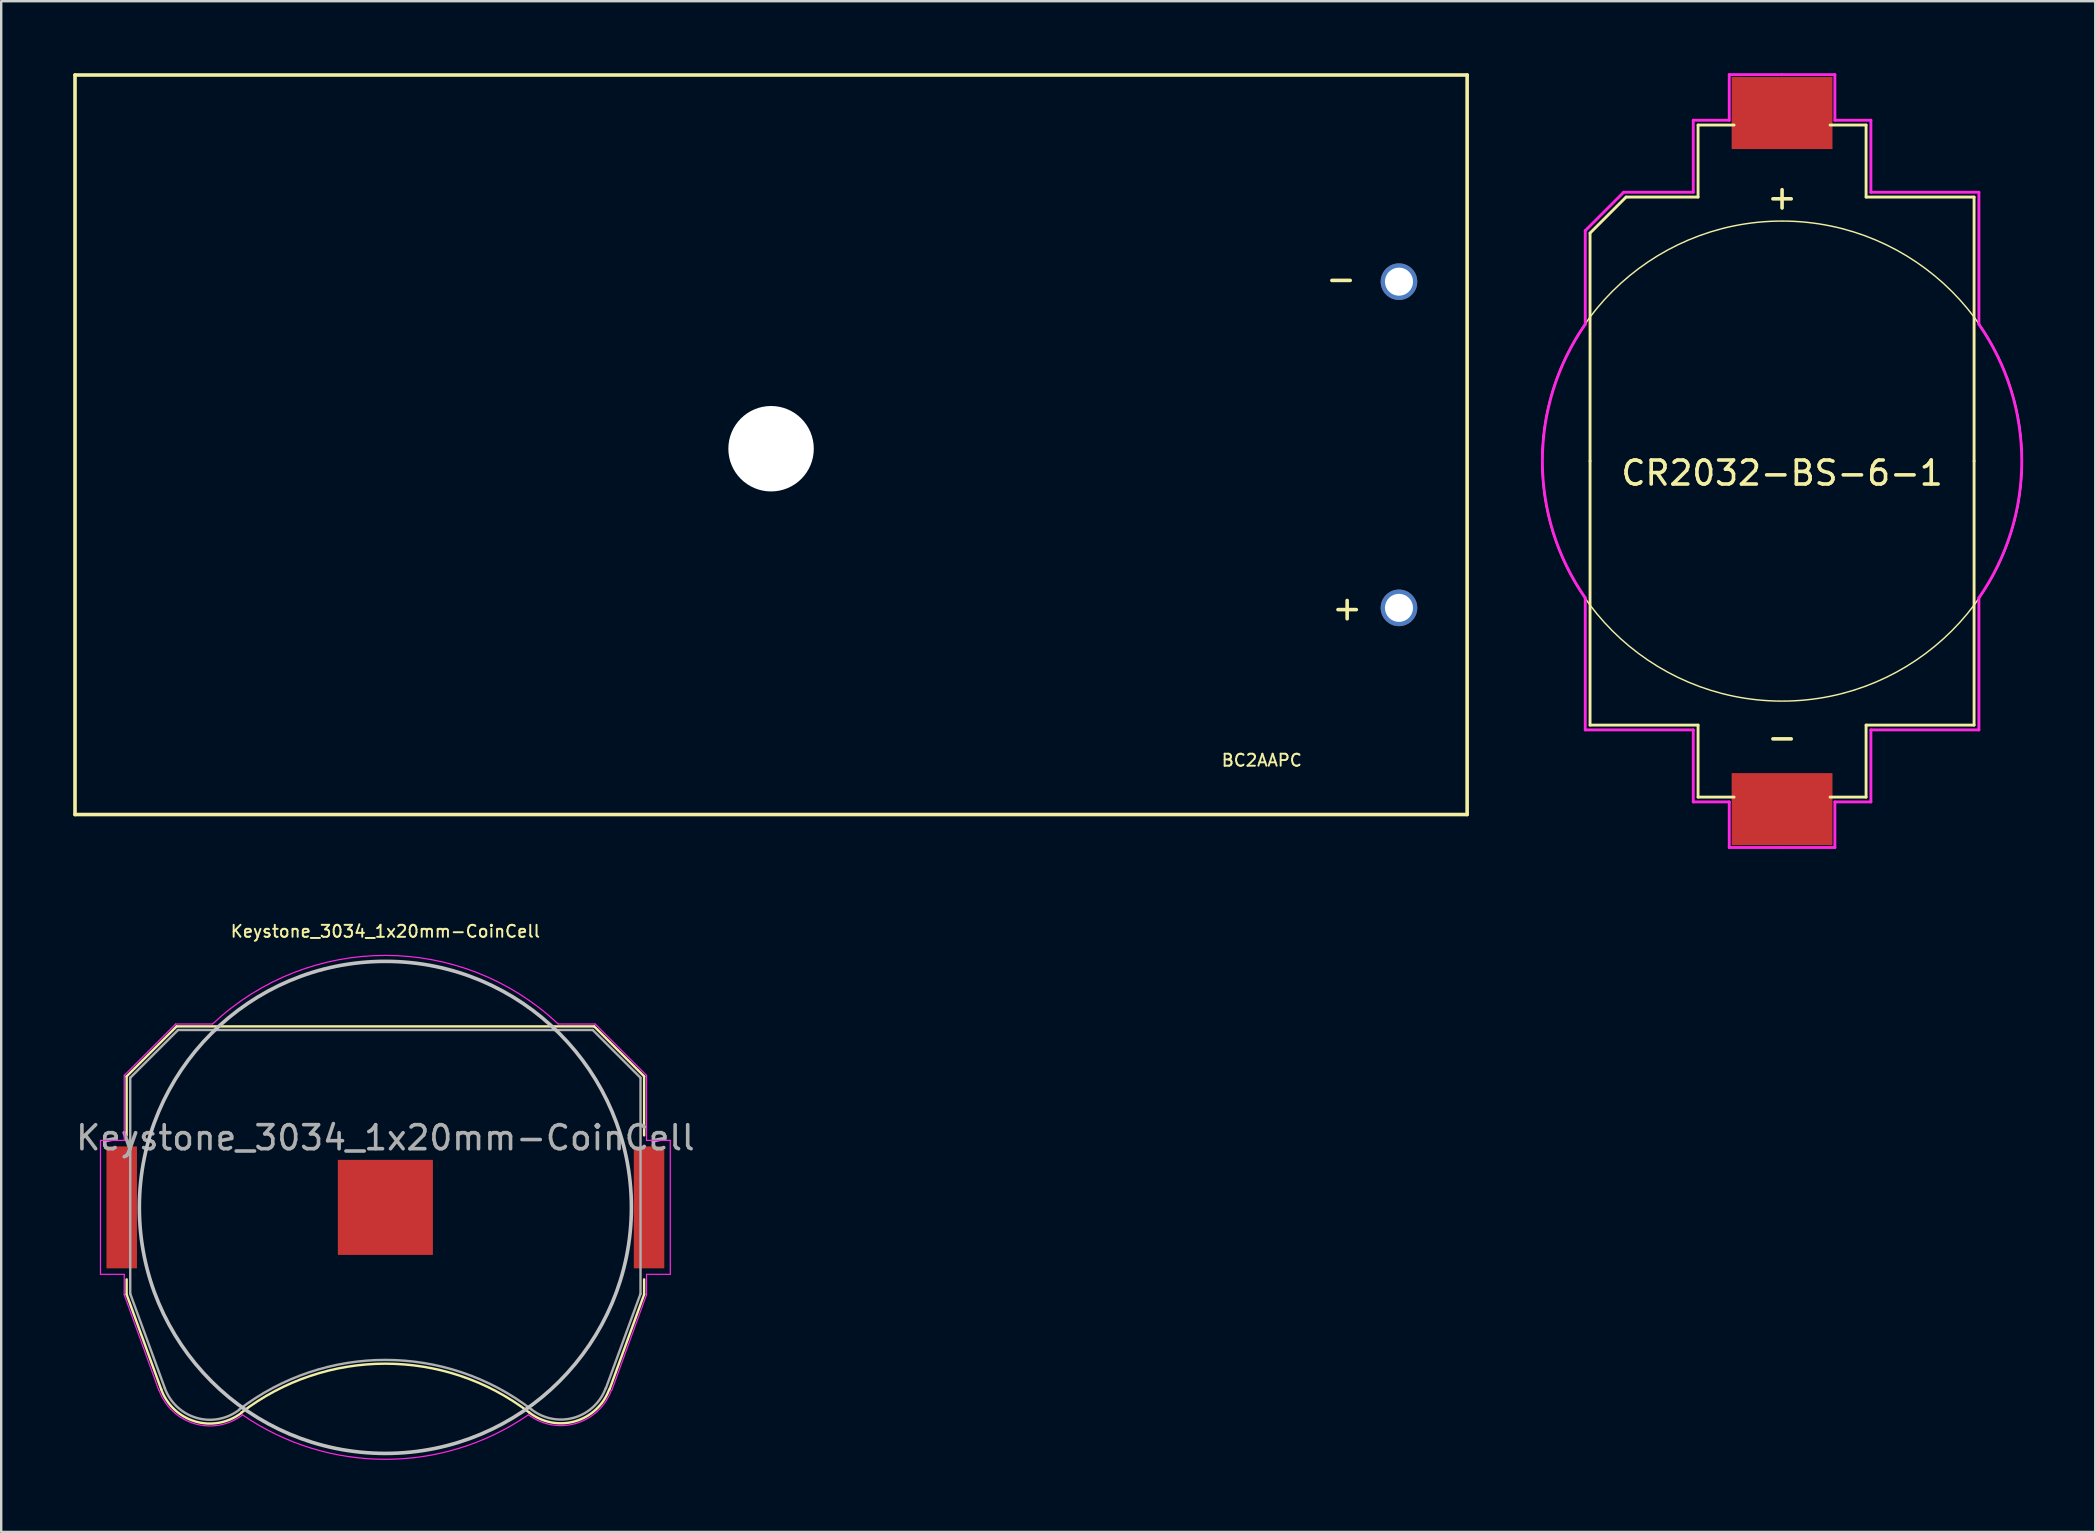
<source format=kicad_pcb>
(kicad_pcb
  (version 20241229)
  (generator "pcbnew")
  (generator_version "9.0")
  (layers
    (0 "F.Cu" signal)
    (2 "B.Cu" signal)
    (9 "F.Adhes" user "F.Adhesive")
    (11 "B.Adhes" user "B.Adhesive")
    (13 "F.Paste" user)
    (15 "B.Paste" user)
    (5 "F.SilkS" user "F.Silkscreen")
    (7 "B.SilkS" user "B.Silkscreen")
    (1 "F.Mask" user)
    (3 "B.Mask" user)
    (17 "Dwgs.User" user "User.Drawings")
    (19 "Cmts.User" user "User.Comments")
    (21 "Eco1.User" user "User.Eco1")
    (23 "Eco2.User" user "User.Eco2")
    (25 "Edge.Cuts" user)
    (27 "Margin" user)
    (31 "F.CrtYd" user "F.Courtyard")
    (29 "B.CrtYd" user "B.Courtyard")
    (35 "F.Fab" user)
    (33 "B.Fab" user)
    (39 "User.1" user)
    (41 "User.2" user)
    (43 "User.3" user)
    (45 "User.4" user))
  (footprint "CR2032-BS-6-1"
    (layer "F.Cu")
    (at 71.196 16.16)
    (property "Reference" "CR2032-BS-6-1" (at 0 0.5 0) (layer "F.SilkS") (effects (font (size 1 1) (thickness 0.15))))
    (attr through_hole)
    (fp_line (start -8 -9.5) (end -8 0) (stroke (width 0.12) (type solid)) (layer "F.SilkS"))
    (fp_line (start -8 -9.5) (end -6.5 -11) (stroke (width 0.12) (type solid)) (layer "F.SilkS"))
    (fp_line (start -8 11) (end -8 0) (stroke (width 0.12) (type solid)) (layer "F.SilkS"))
    (fp_line (start -6.5 -11) (end -3.5 -11) (stroke (width 0.12) (type solid)) (layer "F.SilkS"))
    (fp_line (start -3.5 -14) (end -3.5 -11) (stroke (width 0.12) (type solid)) (layer "F.SilkS"))
    (fp_line (start -3.5 -14) (end -2 -14) (stroke (width 0.12) (type solid)) (layer "F.SilkS"))
    (fp_line (start -3.5 11) (end -8 11) (stroke (width 0.12) (type solid)) (layer "F.SilkS"))
    (fp_line (start -3.5 14) (end -3.5 11) (stroke (width 0.12) (type solid)) (layer "F.SilkS"))
    (fp_line (start -2 14) (end -3.5 14) (stroke (width 0.12) (type solid)) (layer "F.SilkS"))
    (fp_line (start 2 -14) (end 3.5 -14) (stroke (width 0.12) (type solid)) (layer "F.SilkS"))
    (fp_line (start 3.5 -14) (end 3.5 -11) (stroke (width 0.12) (type solid)) (layer "F.SilkS"))
    (fp_line (start 3.5 -11) (end 8 -11) (stroke (width 0.12) (type solid)) (layer "F.SilkS"))
    (fp_line (start 3.5 14) (end 2 14) (stroke (width 0.12) (type solid)) (layer "F.SilkS"))
    (fp_line (start 3.5 14) (end 3.5 11) (stroke (width 0.12) (type solid)) (layer "F.SilkS"))
    (fp_line (start 8 -11) (end 8 0) (stroke (width 0.12) (type solid)) (layer "F.SilkS"))
    (fp_line (start 8 11) (end 3.5 11) (stroke (width 0.12) (type solid)) (layer "F.SilkS"))
    (fp_line (start 8 11) (end 8 0) (stroke (width 0.12) (type solid)) (layer "F.SilkS"))
    (fp_circle (center 0 0) (end 10 0) (stroke (width 0.06) (type solid)) (fill no) (layer "F.SilkS"))
    (fp_line (start -8.2 -9.6) (end -6.6 -11.2) (stroke (width 0.12) (type solid)) (layer "F.CrtYd"))
    (fp_line (start -8.2 11.2) (end -8.2 5.7) (stroke (width 0.12) (type solid)) (layer "F.CrtYd"))
    (fp_line (start -8.2 11.2) (end -3.7 11.2) (stroke (width 0.12) (type solid)) (layer "F.CrtYd"))
    (fp_line (start -8.2 -5.7) (end -8.2 -9.6) (stroke (width 0.12) (type solid)) (layer "F.CrtYd"))
    (fp_line (start -6.6 -11.2) (end -3.7 -11.2) (stroke (width 0.12) (type solid)) (layer "F.CrtYd"))
    (fp_line (start -3.7 -14.2) (end -2.2 -14.2) (stroke (width 0.12) (type solid)) (layer "F.CrtYd"))
    (fp_line (start -3.7 -11.2) (end -3.7 -14.2) (stroke (width 0.12) (type solid)) (layer "F.CrtYd"))
    (fp_line (start -3.7 11.2) (end -3.7 14.2) (stroke (width 0.12) (type solid)) (layer "F.CrtYd"))
    (fp_line (start -2.2 -16.1) (end 0 -16.1) (stroke (width 0.12) (type solid)) (layer "F.CrtYd"))
    (fp_line (start -2.2 -14.2) (end -2.2 -16.1) (stroke (width 0.12) (type solid)) (layer "F.CrtYd"))
    (fp_line (start -2.2 14.2) (end -3.7 14.2) (stroke (width 0.12) (type solid)) (layer "F.CrtYd"))
    (fp_line (start -2.2 16.1) (end -2.2 14.2) (stroke (width 0.12) (type solid)) (layer "F.CrtYd"))
    (fp_line (start -2.2 16.1) (end 0 16.1) (stroke (width 0.12) (type solid)) (layer "F.CrtYd"))
    (fp_line (start 2.2 -16.1) (end 0 -16.1) (stroke (width 0.12) (type solid)) (layer "F.CrtYd"))
    (fp_line (start 2.2 -14.2) (end 2.2 -16.1) (stroke (width 0.12) (type solid)) (layer "F.CrtYd"))
    (fp_line (start 2.2 14.2) (end 2.2 16.1) (stroke (width 0.12) (type solid)) (layer "F.CrtYd"))
    (fp_line (start 2.2 16.1) (end 0 16.1) (stroke (width 0.12) (type solid)) (layer "F.CrtYd"))
    (fp_line (start 3.7 -14.2) (end 2.2 -14.2) (stroke (width 0.12) (type solid)) (layer "F.CrtYd"))
    (fp_line (start 3.7 -11.2) (end 3.7 -14.2) (stroke (width 0.12) (type solid)) (layer "F.CrtYd"))
    (fp_line (start 3.7 11.2) (end 3.7 14.2) (stroke (width 0.12) (type solid)) (layer "F.CrtYd"))
    (fp_line (start 3.7 14.2) (end 2.2 14.2) (stroke (width 0.12) (type solid)) (layer "F.CrtYd"))
    (fp_line (start 8.2 -11.2) (end 3.7 -11.2) (stroke (width 0.12) (type solid)) (layer "F.CrtYd"))
    (fp_line (start 8.2 -11.2) (end 8.2 -5.7) (stroke (width 0.12) (type solid)) (layer "F.CrtYd"))
    (fp_line (start 8.2 5.7) (end 8.2 11.2) (stroke (width 0.12) (type solid)) (layer "F.CrtYd"))
    (fp_line (start 8.2 11.2) (end 3.7 11.2) (stroke (width 0.12) (type solid)) (layer "F.CrtYd"))
    (fp_arc (start -8.199999 5.699999) (mid -9.986489 0) (end -8.199999 -5.699999) (stroke (width 0.12) (type solid)) (layer "F.CrtYd"))
    (fp_arc (start 8.199999 -5.699999) (mid 9.986489 0) (end 8.199999 5.699999) (stroke (width 0.12) (type solid)) (layer "F.CrtYd"))
    (fp_text user "+" (at 0 -11 0) (layer "F.SilkS") (effects (font (size 1 1) (thickness 0.15))))
    (fp_text user "-" (at 0 11.5 0) (layer "F.SilkS") (effects (font (size 1 1) (thickness 0.15))))
    (pad "1" smd rect (at 0 -14.5) (size 4.2 3) (layers "F.Cu" "F.Mask" "F.Paste"))
    (pad "2" smd rect (at 0 14.5) (size 4.2 3) (layers "F.Cu" "F.Mask" "F.Paste")))
  (footprint "BC2AAPC"
    (layer "F.Cu")
    (at 55.235 22.275)
    (property "Reference" "BC2AAPC" (at -5.715 6.35 0) (layer "F.SilkS") (effects (font (size 0.5 0.5) (thickness 0.08))))
    (attr through_hole)
    (fp_line (start -55.16 -22.2) (end -55.16 8.61) (stroke (width 0.15) (type solid)) (layer "F.SilkS"))
    (fp_line (start 2.84 -22.2) (end -55.16 -22.2) (stroke (width 0.15) (type solid)) (layer "F.SilkS"))
    (fp_line (start 2.84 -22.2) (end 2.84 8.61) (stroke (width 0.15) (type solid)) (layer "F.SilkS"))
    (fp_line (start 2.84 8.61) (end -55.16 8.61) (stroke (width 0.15) (type solid)) (layer "F.SilkS"))
    (fp_text user "+" (at -2.159 0 0) (layer "F.SilkS") (effects (font (size 1 1) (thickness 0.15))))
    (fp_text user "-" (at -2.413 -13.716 0) (layer "F.SilkS") (effects (font (size 1 1) (thickness 0.15))))
    (pad "" np_thru_hole circle (at -26.16 -6.63) (size 3.56 3.56) (drill 3.56) (layers "*.Cu" "*.Mask"))
    (pad "1" thru_hole circle (at 0 0) (size 1.524 1.524) (drill 1.17) (layers "*.Cu" "*.Mask"))
    (pad "2" thru_hole circle (at 0 -13.59) (size 1.524 1.524) (drill 1.17) (layers "*.Cu" "*.Mask")))
  (footprint "Keystone_3034_1x20mm-CoinCell"
    (layer "F.Cu")
    (at 13.006 47.253)
    (property "Reference" "Keystone_3034_1x20mm-CoinCell" (at 0 -11.5 0) (layer "F.SilkS") (effects (font (size 0.5 0.5) (thickness 0.08))))
    (attr smd)
    (fp_line (start -10.78 -5.46) (end -10.78 -3) (stroke (width 0.1) (type solid)) (layer "F.SilkS"))
    (fp_line (start -10.78 3) (end -10.78 3.63) (stroke (width 0.1) (type solid)) (layer "F.SilkS"))
    (fp_line (start -10.78 3.63) (end -9.34 7.58) (stroke (width 0.1) (type solid)) (layer "F.SilkS"))
    (fp_line (start -8.7 -7.54) (end -10.78 -5.46) (stroke (width 0.1) (type solid)) (layer "F.SilkS"))
    (fp_line (start 8.7 -7.54) (end -8.7 -7.54) (stroke (width 0.1) (type solid)) (layer "F.SilkS"))
    (fp_line (start 8.7 -7.54) (end 10.78 -5.46) (stroke (width 0.1) (type solid)) (layer "F.SilkS"))
    (fp_line (start 10.78 -5.46) (end 10.78 -3) (stroke (width 0.1) (type solid)) (layer "F.SilkS"))
    (fp_line (start 10.78 3) (end 10.78 3.63) (stroke (width 0.1) (type solid)) (layer "F.SilkS"))
    (fp_line (start 10.78 3.63) (end 9.34 7.58) (stroke (width 0.1) (type solid)) (layer "F.SilkS"))
    (fp_arc (start -6.0046 8.553536) (mid -0.002901 6.511341) (end 6 8.55) (stroke (width 0.1) (type solid)) (layer "F.SilkS"))
    (fp_arc (start -6.003354 8.56653) (mid -7.921654 8.918738) (end -9.34 7.58) (stroke (width 0.1) (type solid)) (layer "F.SilkS"))
    (fp_arc (start 9.325243 7.588169) (mid 7.90634 8.911668) (end 6 8.55) (stroke (width 0.1) (type solid)) (layer "F.SilkS"))
    (fp_circle (center 0 0) (end 0 10.25) (stroke (width 0.15) (type solid)) (fill no) (layer "Dwgs.User"))
    (fp_line (start -11.87 -2.79) (end -11.87 2.79) (stroke (width 0.05) (type solid)) (layer "F.CrtYd"))
    (fp_line (start -11.87 2.79) (end -10.88 2.79) (stroke (width 0.05) (type solid)) (layer "F.CrtYd"))
    (fp_line (start -10.88 -5.5) (end -10.88 -2.79) (stroke (width 0.05) (type solid)) (layer "F.CrtYd"))
    (fp_line (start -10.88 -2.79) (end -11.87 -2.79) (stroke (width 0.05) (type solid)) (layer "F.CrtYd"))
    (fp_line (start -10.88 2.79) (end -10.88 3.64) (stroke (width 0.05) (type solid)) (layer "F.CrtYd"))
    (fp_line (start -10.88 3.64) (end -9.44 7.62) (stroke (width 0.05) (type solid)) (layer "F.CrtYd"))
    (fp_line (start -8.74 -7.64) (end -10.88 -5.5) (stroke (width 0.05) (type solid)) (layer "F.CrtYd"))
    (fp_line (start -7.2 -7.64) (end -8.74 -7.64) (stroke (width 0.05) (type solid)) (layer "F.CrtYd"))
    (fp_line (start 8.74 -7.64) (end 7.2 -7.64) (stroke (width 0.05) (type solid)) (layer "F.CrtYd"))
    (fp_line (start 9.43 7.63) (end 10.88 3.64) (stroke (width 0.05) (type solid)) (layer "F.CrtYd"))
    (fp_line (start 10.88 -5.5) (end 8.74 -7.64) (stroke (width 0.05) (type solid)) (layer "F.CrtYd"))
    (fp_line (start 10.88 -2.79) (end 10.88 -5.5) (stroke (width 0.05) (type solid)) (layer "F.CrtYd"))
    (fp_line (start 10.88 2.79) (end 11.87 2.79) (stroke (width 0.05) (type solid)) (layer "F.CrtYd"))
    (fp_line (start 10.88 3.64) (end 10.88 2.79) (stroke (width 0.05) (type solid)) (layer "F.CrtYd"))
    (fp_line (start 11.87 -2.79) (end 10.88 -2.79) (stroke (width 0.05) (type solid)) (layer "F.CrtYd"))
    (fp_line (start 11.87 2.79) (end 11.87 -2.79) (stroke (width 0.05) (type solid)) (layer "F.CrtYd"))
    (fp_arc (start -7.199546 -7.640427) (mid 0.000312 -10.498075) (end 7.2 -7.64) (stroke (width 0.05) (type solid)) (layer "F.CrtYd"))
    (fp_arc (start -5.956965 8.654604) (mid -7.953941 9.011629) (end -9.43 7.62) (stroke (width 0.05) (type solid)) (layer "F.CrtYd"))
    (fp_arc (start 5.945368 8.650075) (mid -0.008883 10.496243) (end -5.96 8.64) (stroke (width 0.05) (type solid)) (layer "F.CrtYd"))
    (fp_arc (start 9.415144 7.621341) (mid 7.944017 9.000493) (end 5.96 8.64) (stroke (width 0.05) (type solid)) (layer "F.CrtYd"))
    (fp_line (start -10.63 -5.4) (end -8.64 -7.39) (stroke (width 0.1) (type solid)) (layer "F.Fab"))
    (fp_line (start -10.63 3.6) (end -10.63 -5.4) (stroke (width 0.1) (type solid)) (layer "F.Fab"))
    (fp_line (start -9.19 7.53) (end -10.63 3.6) (stroke (width 0.1) (type solid)) (layer "F.Fab"))
    (fp_line (start -8.64 -7.39) (end 8.64 -7.39) (stroke (width 0.1) (type solid)) (layer "F.Fab"))
    (fp_line (start 8.64 -7.39) (end 10.63 -5.4) (stroke (width 0.1) (type solid)) (layer "F.Fab"))
    (fp_line (start 10.63 -5.4) (end 10.63 3.6) (stroke (width 0.1) (type solid)) (layer "F.Fab"))
    (fp_line (start 10.63 3.6) (end 9.19 7.53) (stroke (width 0.1) (type solid)) (layer "F.Fab"))
    (fp_arc (start -6.096146 8.438508) (mid -7.87328 8.768206) (end -9.19 7.53) (stroke (width 0.1) (type solid)) (layer "F.Fab"))
    (fp_arc (start -6.094852 8.426043) (mid 0.003247 6.355257) (end 6.1 8.43) (stroke (width 0.1) (type solid)) (layer "F.Fab"))
    (fp_arc (start 9.180727 7.528882) (mid 7.868698 8.760067) (end 6.1 8.43) (stroke (width 0.1) (type solid)) (layer "F.Fab"))
    (fp_text user "${REFERENCE}" (at 0 -2.9 0) (layer "F.Fab") (effects (font (size 1 1) (thickness 0.15))))
    (pad "1" smd rect (at -10.985 0) (size 1.27 5.08) (layers "F.Cu" "F.Mask" "F.Paste"))
    (pad "1" smd rect (at 10.985 0) (size 1.27 5.08) (layers "F.Cu" "F.Mask" "F.Paste"))
    (pad "2" smd rect (at 0 0) (size 3.96 3.96) (layers "F.Cu" "F.Mask" "F.Paste")))
  (gr_rect
    (start -3 -3)
    (end 84.243 60.774)
    (stroke (width 0.1) (type default))
    (fill no)
    (layer "Edge.Cuts")))
</source>
